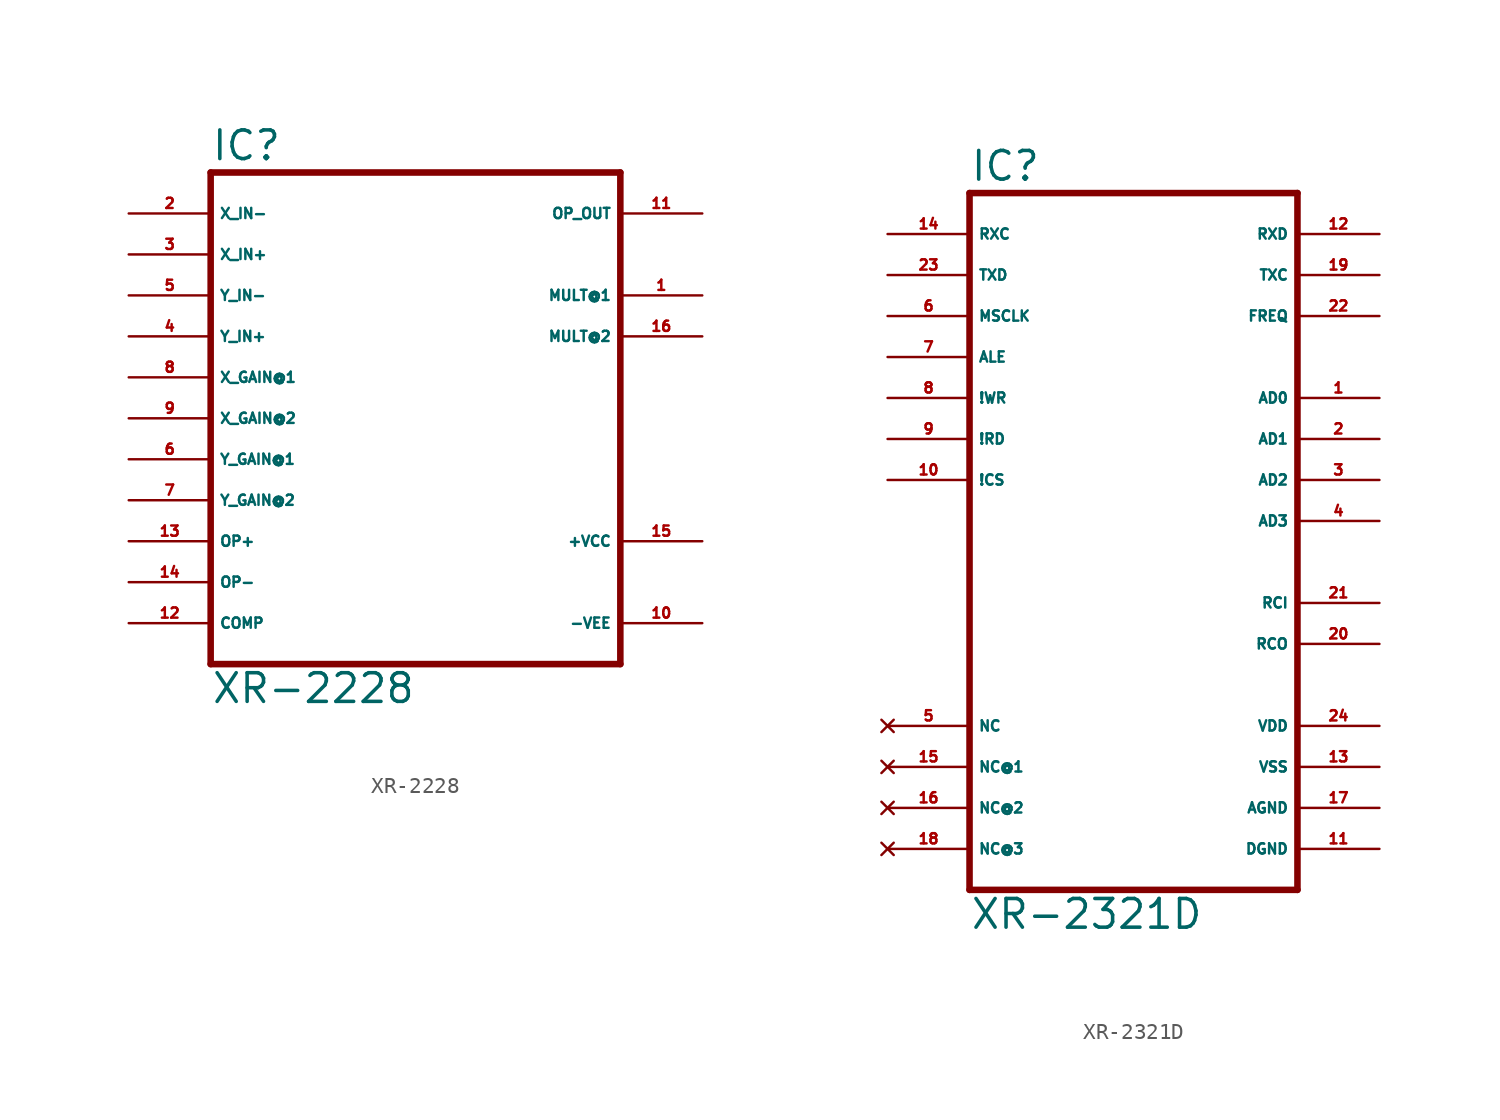
<source format=kicad_sym>
(kicad_symbol_lib
  (version 20220914)
  (generator Eagle2Kicad)
  (symbol "XR-2228"
    (property "Reference" "IC"
      (at -12.7 15.875 0)
      (effects (font (size 1.778 1.778) (thickness 0.22)) (justify left bottom)))
    (property "Value" "XR-2228"
      (at -12.7 -17.78 0)
      (effects (font (size 1.778 1.778) (thickness 0.22)) (justify left bottom)))
    (polyline
      (pts (xy -12.7 15.24) (xy -12.7 -15.24))
      (stroke (width 0.406) (type default))
      (fill (type none)))
    (polyline
      (pts (xy -12.7 -15.24) (xy 12.7 -15.24))
      (stroke (width 0.406) (type default))
      (fill (type none)))
    (polyline
      (pts (xy 12.7 -15.24) (xy 12.7 15.24))
      (stroke (width 0.406) (type default))
      (fill (type none)))
    (polyline
      (pts (xy 12.7 15.24) (xy -12.7 15.24))
      (stroke (width 0.406) (type default))
      (fill (type none)))
    (pin input line
      (at -17.78 12.7 0)
      (length 5.08)
      (name "X_IN-" (effects (font (size 0.635 0.635) (thickness 0.08)) (justify left bottom)))
      (number "2" (effects (font (size 0.635 0.635) (thickness 0.08)) (justify left bottom))))
    (pin input line
      (at -17.78 10.16 0)
      (length 5.08)
      (name "X_IN+" (effects (font (size 0.635 0.635) (thickness 0.08)) (justify left bottom)))
      (number "3" (effects (font (size 0.635 0.635) (thickness 0.08)) (justify left bottom))))
    (pin input line
      (at -17.78 7.62 0)
      (length 5.08)
      (name "Y_IN-" (effects (font (size 0.635 0.635) (thickness 0.08)) (justify left bottom)))
      (number "5" (effects (font (size 0.635 0.635) (thickness 0.08)) (justify left bottom))))
    (pin input line
      (at -17.78 5.08 0)
      (length 5.08)
      (name "Y_IN+" (effects (font (size 0.635 0.635) (thickness 0.08)) (justify left bottom)))
      (number "4" (effects (font (size 0.635 0.635) (thickness 0.08)) (justify left bottom))))
    (pin input line
      (at -17.78 2.54 0)
      (length 5.08)
      (name "X_GAIN@1" (effects (font (size 0.635 0.635) (thickness 0.08)) (justify left bottom)))
      (number "8" (effects (font (size 0.635 0.635) (thickness 0.08)) (justify left bottom))))
    (pin input line
      (at -17.78 -2.54 0)
      (length 5.08)
      (name "Y_GAIN@1" (effects (font (size 0.635 0.635) (thickness 0.08)) (justify left bottom)))
      (number "6" (effects (font (size 0.635 0.635) (thickness 0.08)) (justify left bottom))))
    (pin input line
      (at -17.78 -5.08 0)
      (length 5.08)
      (name "Y_GAIN@2" (effects (font (size 0.635 0.635) (thickness 0.08)) (justify left bottom)))
      (number "7" (effects (font (size 0.635 0.635) (thickness 0.08)) (justify left bottom))))
    (pin output line
      (at 17.78 7.62 180)
      (length 5.08)
      (name "MULT@1" (effects (font (size 0.635 0.635) (thickness 0.08)) (justify left bottom)))
      (number "1" (effects (font (size 0.635 0.635) (thickness 0.08)) (justify left bottom))))
    (pin output line
      (at 17.78 5.08 180)
      (length 5.08)
      (name "MULT@2" (effects (font (size 0.635 0.635) (thickness 0.08)) (justify left bottom)))
      (number "16" (effects (font (size 0.635 0.635) (thickness 0.08)) (justify left bottom))))
    (pin input line
      (at -17.78 -10.16 0)
      (length 5.08)
      (name "OP-" (effects (font (size 0.635 0.635) (thickness 0.08)) (justify left bottom)))
      (number "14" (effects (font (size 0.635 0.635) (thickness 0.08)) (justify left bottom))))
    (pin input line
      (at -17.78 -7.62 0)
      (length 5.08)
      (name "OP+" (effects (font (size 0.635 0.635) (thickness 0.08)) (justify left bottom)))
      (number "13" (effects (font (size 0.635 0.635) (thickness 0.08)) (justify left bottom))))
    (pin input line
      (at -17.78 -12.7 0)
      (length 5.08)
      (name "COMP" (effects (font (size 0.635 0.635) (thickness 0.08)) (justify left bottom)))
      (number "12" (effects (font (size 0.635 0.635) (thickness 0.08)) (justify left bottom))))
    (pin output line
      (at 17.78 12.7 180)
      (length 5.08)
      (name "OP_OUT" (effects (font (size 0.635 0.635) (thickness 0.08)) (justify left bottom)))
      (number "11" (effects (font (size 0.635 0.635) (thickness 0.08)) (justify left bottom))))
    (pin input line
      (at -17.78 0 0)
      (length 5.08)
      (name "X_GAIN@2" (effects (font (size 0.635 0.635) (thickness 0.08)) (justify left bottom)))
      (number "9" (effects (font (size 0.635 0.635) (thickness 0.08)) (justify left bottom))))
    (pin unspecified line
      (at 17.78 -12.7 180)
      (length 5.08)
      (name "-VEE" (effects (font (size 0.635 0.635) (thickness 0.08)) (justify left bottom)))
      (number "10" (effects (font (size 0.635 0.635) (thickness 0.08)) (justify left bottom))))
    (pin unspecified line
      (at 17.78 -7.62 180)
      (length 5.08)
      (name "+VCC" (effects (font (size 0.635 0.635) (thickness 0.08)) (justify left bottom)))
      (number "15" (effects (font (size 0.635 0.635) (thickness 0.08)) (justify left bottom)))))
  (symbol "XR-2321D"
    (property "Reference" "IC"
      (at -10.16 23.495 0)
      (effects (font (size 1.778 1.778) (thickness 0.22)) (justify left bottom)))
    (property "Value" "XR-2321D"
      (at -10.16 -22.86 0)
      (effects (font (size 1.778 1.778) (thickness 0.22)) (justify left bottom)))
    (polyline
      (pts (xy -10.16 22.86) (xy 10.16 22.86))
      (stroke (width 0.406) (type default))
      (fill (type none)))
    (polyline
      (pts (xy 10.16 22.86) (xy 10.16 -20.32))
      (stroke (width 0.406) (type default))
      (fill (type none)))
    (polyline
      (pts (xy 10.16 -20.32) (xy -10.16 -20.32))
      (stroke (width 0.406) (type default))
      (fill (type none)))
    (polyline
      (pts (xy -10.16 -20.32) (xy -10.16 22.86))
      (stroke (width 0.406) (type default))
      (fill (type none)))
    (pin bidirectional line
      (at 15.24 10.16 180)
      (length 5.08)
      (name "AD0" (effects (font (size 0.635 0.635) (thickness 0.08)) (justify left bottom)))
      (number "1" (effects (font (size 0.635 0.635) (thickness 0.08)) (justify left bottom))))
    (pin bidirectional line
      (at 15.24 7.62 180)
      (length 5.08)
      (name "AD1" (effects (font (size 0.635 0.635) (thickness 0.08)) (justify left bottom)))
      (number "2" (effects (font (size 0.635 0.635) (thickness 0.08)) (justify left bottom))))
    (pin bidirectional line
      (at 15.24 5.08 180)
      (length 5.08)
      (name "AD2" (effects (font (size 0.635 0.635) (thickness 0.08)) (justify left bottom)))
      (number "3" (effects (font (size 0.635 0.635) (thickness 0.08)) (justify left bottom))))
    (pin bidirectional line
      (at 15.24 2.54 180)
      (length 5.08)
      (name "AD3" (effects (font (size 0.635 0.635) (thickness 0.08)) (justify left bottom)))
      (number "4" (effects (font (size 0.635 0.635) (thickness 0.08)) (justify left bottom))))
    (pin bidirectional line
      (at 15.24 -2.54 180)
      (length 5.08)
      (name "RCI" (effects (font (size 0.635 0.635) (thickness 0.08)) (justify left bottom)))
      (number "21" (effects (font (size 0.635 0.635) (thickness 0.08)) (justify left bottom))))
    (pin bidirectional line
      (at 15.24 -5.08 180)
      (length 5.08)
      (name "RCO" (effects (font (size 0.635 0.635) (thickness 0.08)) (justify left bottom)))
      (number "20" (effects (font (size 0.635 0.635) (thickness 0.08)) (justify left bottom))))
    (pin input line
      (at -15.24 20.32 0)
      (length 5.08)
      (name "RXC" (effects (font (size 0.635 0.635) (thickness 0.08)) (justify left bottom)))
      (number "14" (effects (font (size 0.635 0.635) (thickness 0.08)) (justify left bottom))))
    (pin input line
      (at -15.24 17.78 0)
      (length 5.08)
      (name "TXD" (effects (font (size 0.635 0.635) (thickness 0.08)) (justify left bottom)))
      (number "23" (effects (font (size 0.635 0.635) (thickness 0.08)) (justify left bottom))))
    (pin input line
      (at -15.24 15.24 0)
      (length 5.08)
      (name "MSCLK" (effects (font (size 0.635 0.635) (thickness 0.08)) (justify left bottom)))
      (number "6" (effects (font (size 0.635 0.635) (thickness 0.08)) (justify left bottom))))
    (pin input line
      (at -15.24 12.7 0)
      (length 5.08)
      (name "ALE" (effects (font (size 0.635 0.635) (thickness 0.08)) (justify left bottom)))
      (number "7" (effects (font (size 0.635 0.635) (thickness 0.08)) (justify left bottom))))
    (pin input line
      (at -15.24 10.16 0)
      (length 5.08)
      (name "!WR" (effects (font (size 0.635 0.635) (thickness 0.08)) (justify left bottom)))
      (number "8" (effects (font (size 0.635 0.635) (thickness 0.08)) (justify left bottom))))
    (pin input line
      (at -15.24 7.62 0)
      (length 5.08)
      (name "!RD" (effects (font (size 0.635 0.635) (thickness 0.08)) (justify left bottom)))
      (number "9" (effects (font (size 0.635 0.635) (thickness 0.08)) (justify left bottom))))
    (pin input line
      (at -15.24 5.08 0)
      (length 5.08)
      (name "!CS" (effects (font (size 0.635 0.635) (thickness 0.08)) (justify left bottom)))
      (number "10" (effects (font (size 0.635 0.635) (thickness 0.08)) (justify left bottom))))
    (pin output line
      (at 15.24 17.78 180)
      (length 5.08)
      (name "TXC" (effects (font (size 0.635 0.635) (thickness 0.08)) (justify left bottom)))
      (number "19" (effects (font (size 0.635 0.635) (thickness 0.08)) (justify left bottom))))
    (pin output line
      (at 15.24 20.32 180)
      (length 5.08)
      (name "RXD" (effects (font (size 0.635 0.635) (thickness 0.08)) (justify left bottom)))
      (number "12" (effects (font (size 0.635 0.635) (thickness 0.08)) (justify left bottom))))
    (pin output line
      (at 15.24 15.24 180)
      (length 5.08)
      (name "FREQ" (effects (font (size 0.635 0.635) (thickness 0.08)) (justify left bottom)))
      (number "22" (effects (font (size 0.635 0.635) (thickness 0.08)) (justify left bottom))))
    (pin unspecified line
      (at 15.24 -10.16 180)
      (length 5.08)
      (name "VDD" (effects (font (size 0.635 0.635) (thickness 0.08)) (justify left bottom)))
      (number "24" (effects (font (size 0.635 0.635) (thickness 0.08)) (justify left bottom))))
    (pin unspecified line
      (at 15.24 -12.7 180)
      (length 5.08)
      (name "VSS" (effects (font (size 0.635 0.635) (thickness 0.08)) (justify left bottom)))
      (number "13" (effects (font (size 0.635 0.635) (thickness 0.08)) (justify left bottom))))
    (pin unspecified line
      (at 15.24 -15.24 180)
      (length 5.08)
      (name "AGND" (effects (font (size 0.635 0.635) (thickness 0.08)) (justify left bottom)))
      (number "17" (effects (font (size 0.635 0.635) (thickness 0.08)) (justify left bottom))))
    (pin unspecified line
      (at 15.24 -17.78 180)
      (length 5.08)
      (name "DGND" (effects (font (size 0.635 0.635) (thickness 0.08)) (justify left bottom)))
      (number "11" (effects (font (size 0.635 0.635) (thickness 0.08)) (justify left bottom))))
    (pin no_connect line
      (at -15.24 -17.78 0)
      (length 5.08)
      (name "NC@3" (effects (font (size 0.635 0.635) (thickness 0.08)) (justify left bottom) hide))
      (number "18" (effects (font (size 0.635 0.635) (thickness 0.08)) (justify left bottom) hide)))
    (pin no_connect line
      (at -15.24 -15.24 0)
      (length 5.08)
      (name "NC@2" (effects (font (size 0.635 0.635) (thickness 0.08)) (justify left bottom) hide))
      (number "16" (effects (font (size 0.635 0.635) (thickness 0.08)) (justify left bottom) hide)))
    (pin no_connect line
      (at -15.24 -12.7 0)
      (length 5.08)
      (name "NC@1" (effects (font (size 0.635 0.635) (thickness 0.08)) (justify left bottom) hide))
      (number "15" (effects (font (size 0.635 0.635) (thickness 0.08)) (justify left bottom) hide)))
    (pin no_connect line
      (at -15.24 -10.16 0)
      (length 5.08)
      (name "NC" (effects (font (size 0.635 0.635) (thickness 0.08)) (justify left bottom) hide))
      (number "5" (effects (font (size 0.635 0.635) (thickness 0.08)) (justify left bottom) hide)))))
</source>
